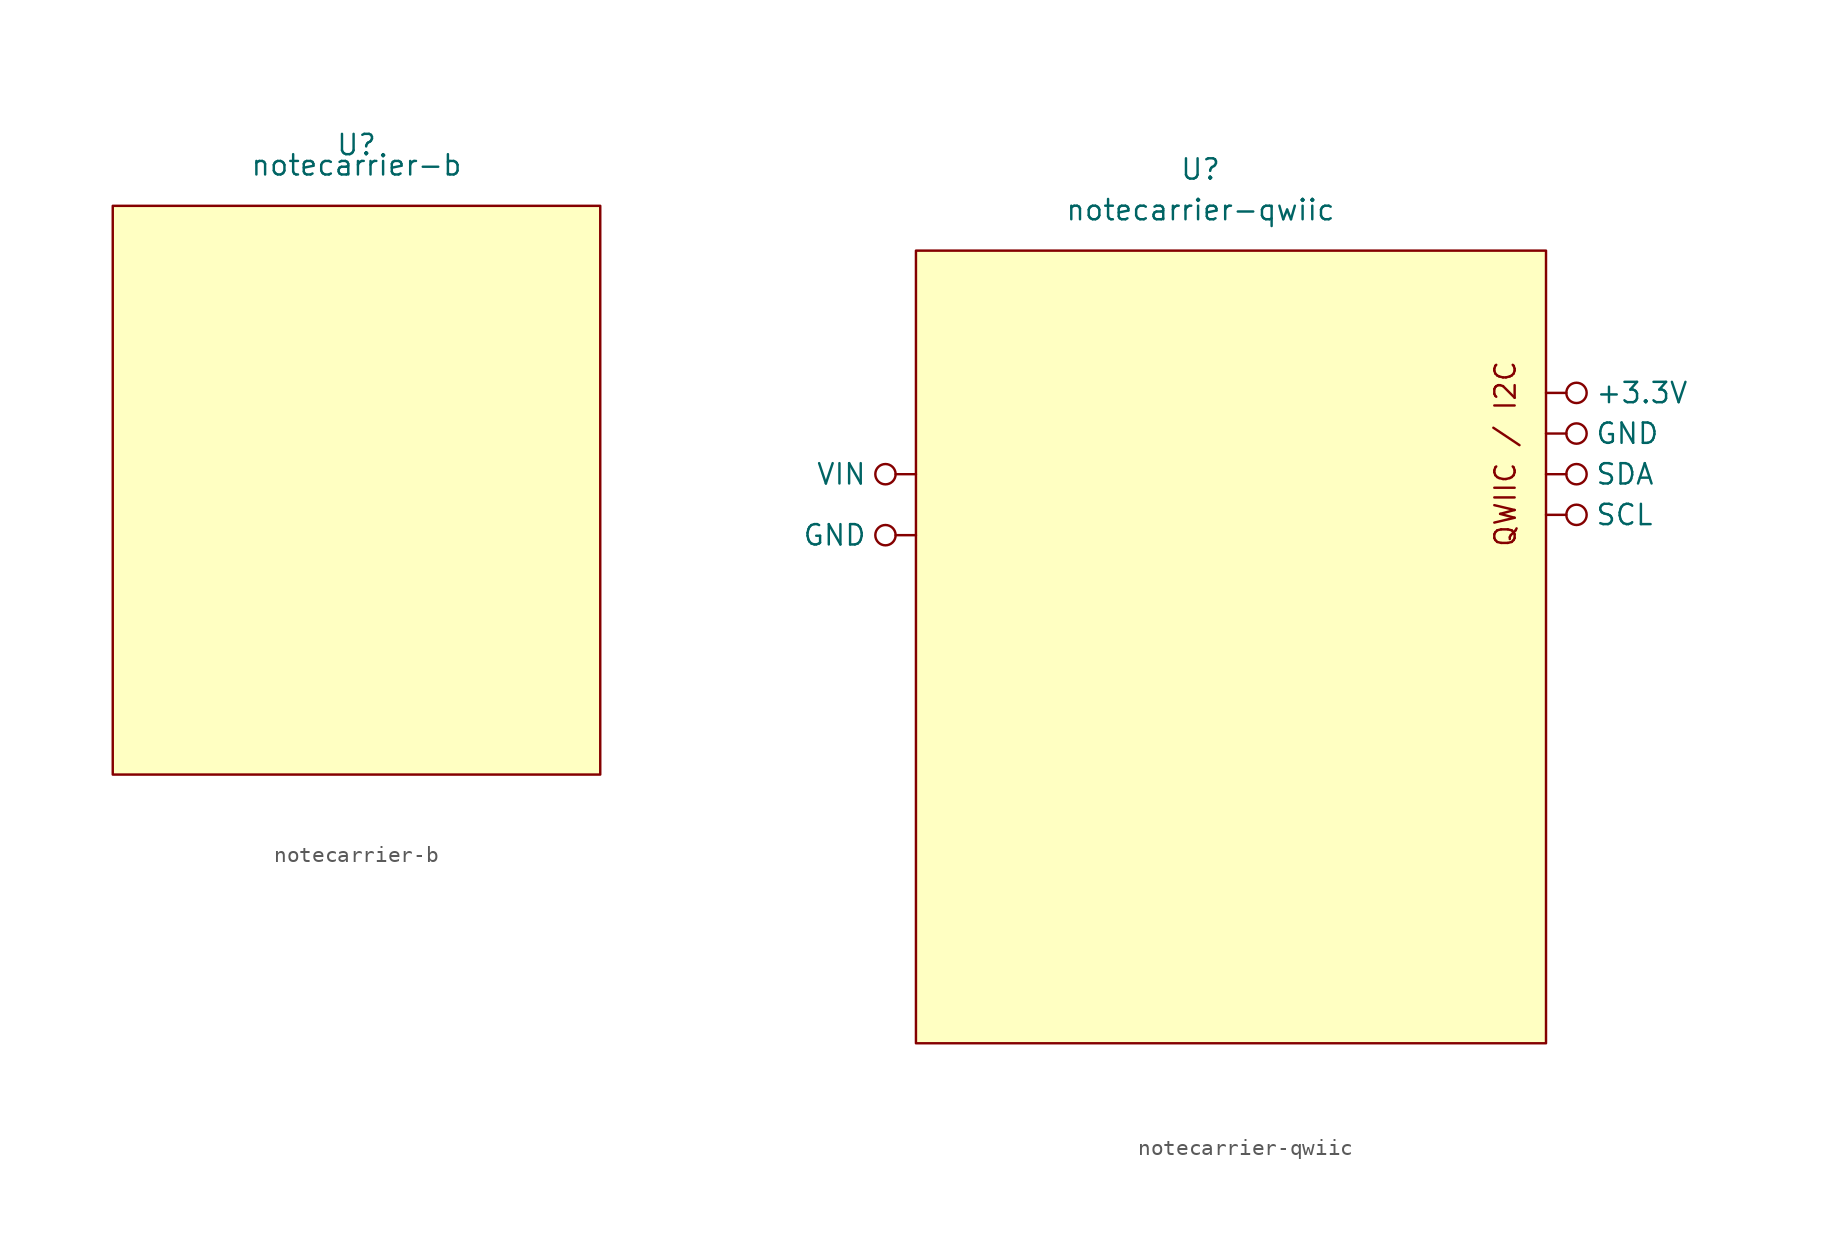
<source format=kicad_sym>
(kicad_symbol_lib
  (version 20211014)
  (generator kicad_symbol_editor)
  (symbol "notecarrier-b"
    (property "Reference" "U"
      (at 0 1.27 0)
      (effects (font (size 1.27 1.27))))
    (property "Value" "notecarrier-b"
      (at 0 0 0)
      (effects (font (size 1.27 1.27))))
    (symbol "notecarrier-b_0_0"
      (rectangle (start -15.24 -2.54) (end 15.24 -38.1) (stroke (width 0) (type default) (color 0 0 0 0)) (fill (type background)))))
  (symbol "notecarrier-qwiic"
    (property "Reference" "U"
      (at 0 2.54 0)
      (effects (font (size 1.27 1.27))))
    (property "Value" "notecarrier-qwiic"
      (at 0 0 0)
      (effects (font (size 1.27 1.27))))
    (symbol "notecarrier-qwiic_0_0"
      (rectangle (start -17.78 -2.54) (end 21.59 -52.07) (stroke (width 0) (type default) (color 0 0 0 0)) (fill (type background)))
      (text "QWIIC / I2C" (at 19.05 -15.24 900) (effects (font (size 1.27 1.27)))))
    (symbol "notecarrier-qwiic_1_1"
      (pin power_in inverted (at 21.59 -11.43 0) (length 2.54) (name "+3.3V" (effects (font (size 1.27 1.27)))) (number "" (effects (font (size 1.27 1.27)))))
      (pin power_in inverted (at -17.78 -20.32 180) (length 2.54) (name "GND" (effects (font (size 1.27 1.27)))) (number "" (effects (font (size 1.27 1.27)))))
      (pin power_in inverted (at 21.59 -13.97 0) (length 2.54) (name "GND" (effects (font (size 1.27 1.27)))) (number "" (effects (font (size 1.27 1.27)))))
      (pin input inverted (at 21.59 -19.05 0) (length 2.54) (name "SCL" (effects (font (size 1.27 1.27)))) (number "" (effects (font (size 1.27 1.27)))))
      (pin bidirectional inverted (at 21.59 -16.51 0) (length 2.54) (name "SDA" (effects (font (size 1.27 1.27)))) (number "" (effects (font (size 1.27 1.27)))))
      (pin power_in inverted (at -17.78 -16.51 180) (length 2.54) (name "VIN" (effects (font (size 1.27 1.27)))) (number "" (effects (font (size 1.27 1.27))))))))
</source>
